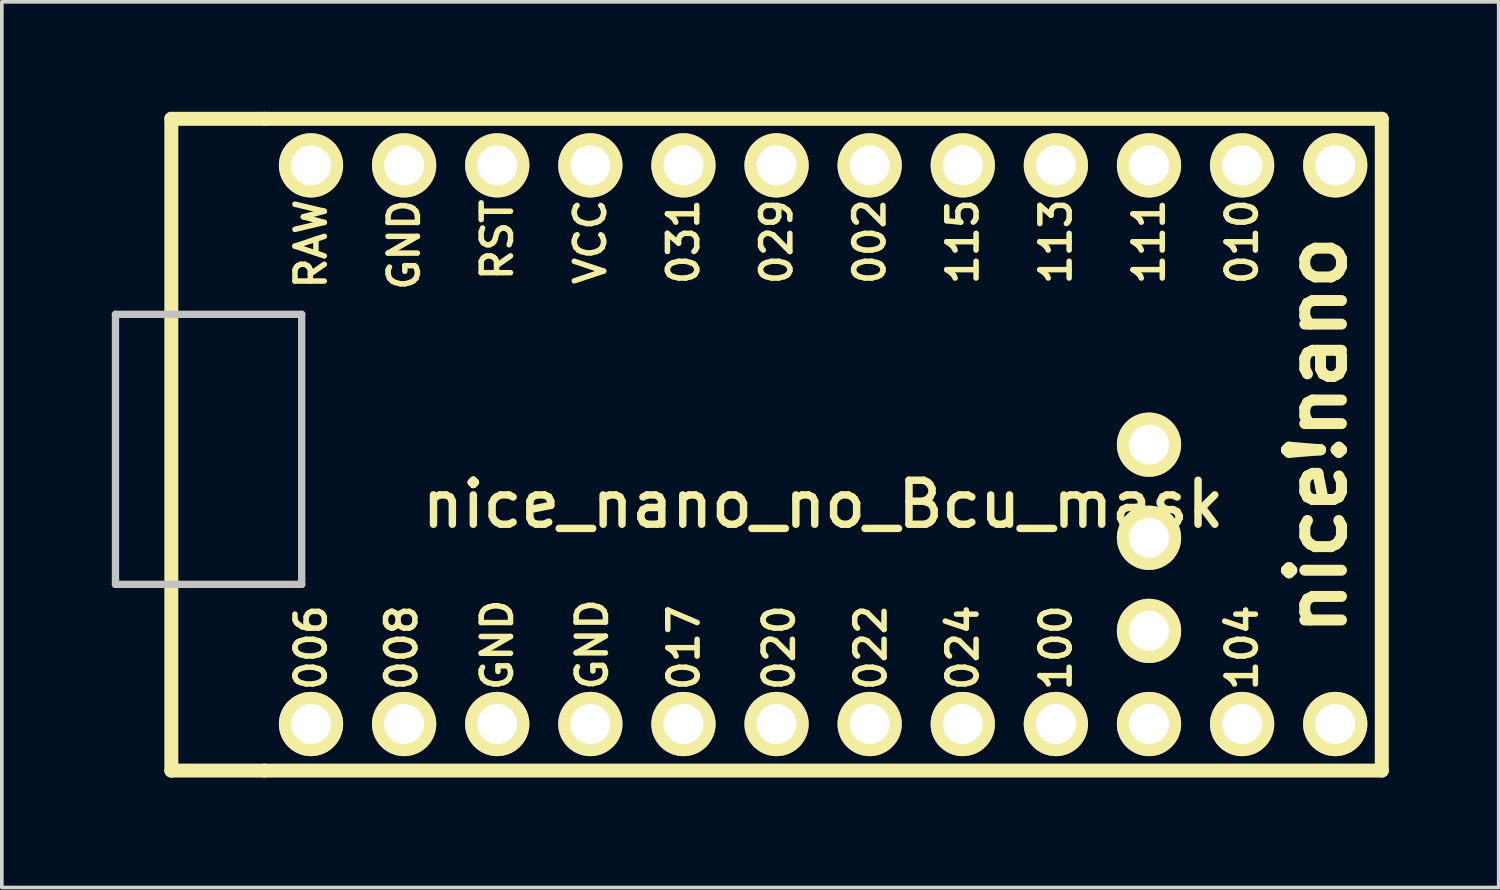
<source format=kicad_pcb>
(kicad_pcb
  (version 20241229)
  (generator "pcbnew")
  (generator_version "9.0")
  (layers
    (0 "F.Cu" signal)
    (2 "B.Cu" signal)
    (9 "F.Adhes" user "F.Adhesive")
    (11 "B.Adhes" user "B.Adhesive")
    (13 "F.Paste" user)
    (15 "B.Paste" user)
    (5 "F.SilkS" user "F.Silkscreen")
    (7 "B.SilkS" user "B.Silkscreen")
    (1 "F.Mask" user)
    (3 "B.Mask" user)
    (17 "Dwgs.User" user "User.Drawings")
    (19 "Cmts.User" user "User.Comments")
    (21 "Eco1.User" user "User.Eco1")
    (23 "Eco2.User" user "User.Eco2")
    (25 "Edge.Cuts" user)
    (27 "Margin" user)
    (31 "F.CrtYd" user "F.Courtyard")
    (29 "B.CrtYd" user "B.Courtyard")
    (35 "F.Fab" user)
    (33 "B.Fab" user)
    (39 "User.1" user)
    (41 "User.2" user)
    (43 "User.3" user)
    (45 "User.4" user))
  (footprint "nice_nano_no_Bcu_mask"
    (layer "F.Cu")
    (at 19.404 9.081)
    (property "Reference" "nice_nano_no_Bcu_mask" (at 0 1.625 180) (layer "F.SilkS") (effects (font (size 1.2 1.2) (thickness 0.203))))
    (attr through_hole)
    (fp_line (start -17.78 -8.89) (end -17.78 8.89) (stroke (width 0.381) (type solid)) (layer "F.SilkS"))
    (fp_line (start -17.78 8.89) (end -15.24 8.89) (stroke (width 0.381) (type solid)) (layer "F.SilkS"))
    (fp_line (start -15.24 -8.89) (end -17.78 -8.89) (stroke (width 0.381) (type solid)) (layer "F.SilkS"))
    (fp_line (start -15.24 8.89) (end 15.24 8.89) (stroke (width 0.381) (type solid)) (layer "F.SilkS"))
    (fp_line (start 15.24 -8.89) (end -15.24 -8.89) (stroke (width 0.381) (type solid)) (layer "F.SilkS"))
    (fp_line (start 15.24 8.89) (end 15.24 -8.89) (stroke (width 0.381) (type solid)) (layer "F.SilkS"))
    (fp_line (start -19.304 -3.556) (end -14.224 -3.556) (stroke (width 0.2) (type solid)) (layer "Dwgs.User"))
    (fp_line (start -19.304 3.81) (end -19.304 -3.556) (stroke (width 0.2) (type solid)) (layer "Dwgs.User"))
    (fp_line (start -14.224 -3.556) (end -14.224 3.81) (stroke (width 0.2) (type solid)) (layer "Dwgs.User"))
    (fp_line (start -14.224 3.81) (end -19.304 3.81) (stroke (width 0.2) (type solid)) (layer "Dwgs.User"))
    (fp_text user "VCC" (at -6.35 -5.537 90) (layer "F.SilkS") (effects (font (size 0.8 0.8) (thickness 0.15))))
    (fp_text user "006" (at -13.97 5.537 90) (layer "F.SilkS") (effects (font (size 0.8 0.8) (thickness 0.15))))
    (fp_text user "RAW" (at -13.97 -5.474 90) (layer "F.SilkS") (effects (font (size 0.8 0.8) (thickness 0.15))))
    (fp_text user "008" (at -11.5 5.537 90) (layer "F.SilkS") (effects (font (size 0.8 0.8) (thickness 0.15))))
    (fp_text user "017" (at -3.8 5.537 90) (layer "F.SilkS") (effects (font (size 0.8 0.8) (thickness 0.15))))
    (fp_text user "115" (at 3.81 -5.537 90) (layer "F.SilkS") (effects (font (size 0.8 0.8) (thickness 0.15))))
    (fp_text user "GND" (at -6.3 5.45 90) (layer "F.SilkS") (effects (font (size 0.8 0.8) (thickness 0.15))))
    (fp_text user "100" (at 6.35 5.537 90) (layer "F.SilkS") (effects (font (size 0.8 0.8) (thickness 0.15))))
    (fp_text user "nice!nano" (at 13.462 -0.254 90) (layer "F.SilkS") (effects (font (size 1.5 1.5) (thickness 0.3))))
    (fp_text user "113" (at 6.35 -5.537 90) (layer "F.SilkS") (effects (font (size 0.8 0.8) (thickness 0.15))))
    (fp_text user "002" (at 1.27 -5.537 90) (layer "F.SilkS") (effects (font (size 0.8 0.8) (thickness 0.15))))
    (fp_text user "111" (at 8.89 -5.537 90) (layer "F.SilkS") (effects (font (size 0.8 0.8) (thickness 0.15))))
    (fp_text user "GND" (at -11.43 -5.455 90) (layer "F.SilkS") (effects (font (size 0.8 0.8) (thickness 0.15))))
    (fp_text user "024" (at 3.81 5.537 90) (layer "F.SilkS") (effects (font (size 0.8 0.8) (thickness 0.15))))
    (fp_text user "010" (at 11.43 -5.537 90) (layer "F.SilkS") (effects (font (size 0.8 0.8) (thickness 0.15))))
    (fp_text user "RST" (at -8.89 -5.588 90) (layer "F.SilkS") (effects (font (size 0.8 0.8) (thickness 0.15))))
    (fp_text user "104" (at 11.43 5.537 90) (layer "F.SilkS") (effects (font (size 0.8 0.8) (thickness 0.15))))
    (fp_text user "029" (at -1.27 -5.537 90) (layer "F.SilkS") (effects (font (size 0.8 0.8) (thickness 0.15))))
    (fp_text user "022" (at 1.3 5.537 90) (layer "F.SilkS") (effects (font (size 0.8 0.8) (thickness 0.15))))
    (fp_text user "GND" (at -8.89 5.461 90) (layer "F.SilkS") (effects (font (size 0.8 0.8) (thickness 0.15))))
    (fp_text user "020" (at -1.2 5.537 90) (layer "F.SilkS") (effects (font (size 0.8 0.8) (thickness 0.15))))
    (fp_text user "031" (at -3.81 -5.537 90) (layer "F.SilkS") (effects (font (size 0.8 0.8) (thickness 0.15))))
    (pad "1" thru_hole circle (at -13.97 7.62) (size 1.753 1.753) (drill 1.092) (layers "*.Cu" "F.Mask" "F.SilkS"))
    (pad "2" thru_hole circle (at -11.43 7.62) (size 1.753 1.753) (drill 1.092) (layers "*.Cu" "F.Mask" "F.SilkS"))
    (pad "3" thru_hole circle (at -8.89 7.62) (size 1.753 1.753) (drill 1.092) (layers "*.Cu" "F.Mask" "F.SilkS"))
    (pad "4" thru_hole circle (at -6.35 7.62) (size 1.753 1.753) (drill 1.092) (layers "*.Cu" "F.Mask" "F.SilkS"))
    (pad "5" thru_hole circle (at -3.81 7.62) (size 1.753 1.753) (drill 1.092) (layers "*.Cu" "F.Mask" "F.SilkS"))
    (pad "6" thru_hole circle (at -1.27 7.62) (size 1.753 1.753) (drill 1.092) (layers "*.Cu" "F.Mask" "F.SilkS"))
    (pad "7" thru_hole circle (at 1.27 7.62) (size 1.753 1.753) (drill 1.092) (layers "*.Cu" "F.Mask" "F.SilkS"))
    (pad "8" thru_hole circle (at 3.81 7.62) (size 1.753 1.753) (drill 1.092) (layers "*.Cu" "F.Mask" "F.SilkS"))
    (pad "9" thru_hole circle (at 6.35 7.62) (size 1.753 1.753) (drill 1.092) (layers "*.Cu" "F.Mask" "F.SilkS"))
    (pad "10" thru_hole circle (at 8.89 7.62) (size 1.753 1.753) (drill 1.092) (layers "*.Cu" "F.Mask" "F.SilkS"))
    (pad "11" thru_hole circle (at 11.43 7.62) (size 1.753 1.753) (drill 1.092) (layers "*.Cu" "F.Mask" "F.SilkS"))
    (pad "12" thru_hole circle (at 13.97 7.62) (size 1.753 1.753) (drill 1.092) (layers "*.Cu" "F.Mask" "F.SilkS"))
    (pad "13" thru_hole circle (at 13.97 -7.62) (size 1.753 1.753) (drill 1.092) (layers "*.Cu" "F.Mask" "F.SilkS"))
    (pad "14" thru_hole circle (at 11.43 -7.62) (size 1.753 1.753) (drill 1.092) (layers "*.Cu" "F.Mask" "F.SilkS"))
    (pad "15" thru_hole circle (at 8.89 -7.62) (size 1.753 1.753) (drill 1.092) (layers "*.Cu" "F.Mask" "F.SilkS"))
    (pad "16" thru_hole circle (at 6.35 -7.62) (size 1.753 1.753) (drill 1.092) (layers "*.Cu" "F.Mask" "F.SilkS"))
    (pad "17" thru_hole circle (at 3.81 -7.62) (size 1.753 1.753) (drill 1.092) (layers "*.Cu" "F.Mask" "F.SilkS"))
    (pad "18" thru_hole circle (at 1.27 -7.62) (size 1.753 1.753) (drill 1.092) (layers "*.Cu" "F.Mask" "F.SilkS"))
    (pad "19" thru_hole circle (at -1.27 -7.62) (size 1.753 1.753) (drill 1.092) (layers "*.Cu" "F.Mask" "F.SilkS"))
    (pad "20" thru_hole circle (at -3.81 -7.62) (size 1.753 1.753) (drill 1.092) (layers "*.Cu" "F.Mask" "F.SilkS"))
    (pad "21" thru_hole circle (at -6.35 -7.62) (size 1.753 1.753) (drill 1.092) (layers "*.Cu" "F.Mask" "F.SilkS"))
    (pad "22" thru_hole circle (at -8.89 -7.62) (size 1.753 1.753) (drill 1.092) (layers "*.Cu" "F.Mask" "F.SilkS"))
    (pad "23" thru_hole circle (at -11.43 -7.62) (size 1.753 1.753) (drill 1.092) (layers "*.Cu" "F.Mask" "F.SilkS"))
    (pad "24" thru_hole circle (at -13.97 -7.62) (size 1.753 1.753) (drill 1.092) (layers "*.Cu" "F.Mask" "F.SilkS"))
    (pad "31" thru_hole circle (at 8.89 5.08) (size 1.753 1.753) (drill 1.092) (layers "*.Cu" "F.Mask" "F.SilkS"))
    (pad "32" thru_hole circle (at 8.89 2.54) (size 1.753 1.753) (drill 1.092) (layers "*.Cu" "F.Mask" "F.SilkS"))
    (pad "33" thru_hole circle (at 8.89 0) (size 1.753 1.753) (drill 1.092) (layers "*.Cu" "F.Mask" "F.SilkS")))
  (gr_rect
    (start -3 -3)
    (end 37.834 21.161)
    (stroke (width 0.1) (type default))
    (fill no)
    (layer "Edge.Cuts")))
</source>
